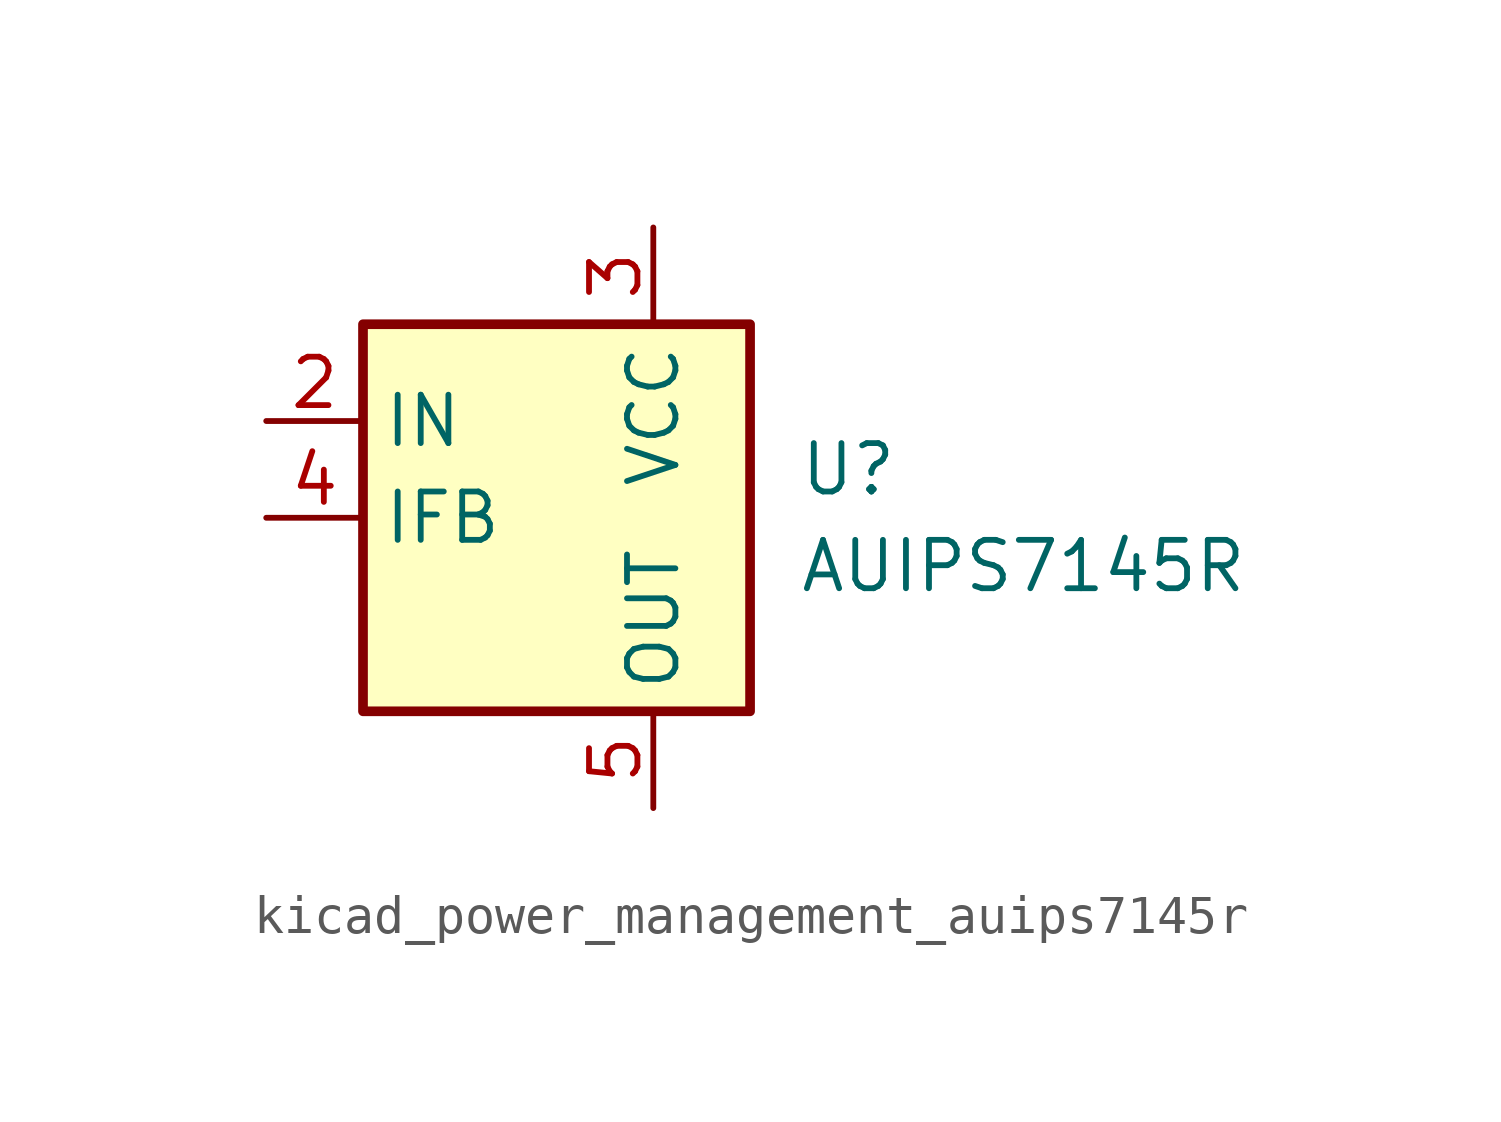
<source format=kicad_sym>
(kicad_symbol_lib
  (version 20220914)
  (generator kicad_symbol_editor)
  (symbol "kicad_power_management_auips7145r"
    (property "Reference" "U"
      (at 3.81 1.27 0)
      (effects (font (size 1.27 1.27)) (justify left)))
    (property "Value" "AUIPS7145R"
      (at 3.81 -1.27 0)
      (effects (font (size 1.27 1.27)) (justify left)))
    (symbol "kicad_power_management_auips7145r_0_1"
      (rectangle (start -7.62 5.08) (end 2.54 -5.08) (stroke (width 0.254) (type default)) (fill (type background))))
    (symbol "kicad_power_management_auips7145r_1_1"
      (pin no_connect line (at -7.62 -2.54 0) (length 2.54) hide (name "NC" (effects (font (size 1.27 1.27)))) (number "1" (effects (font (size 1.27 1.27)))))
      (pin input line (at -10.16 2.54 0) (length 2.54) (name "IN" (effects (font (size 1.27 1.27)))) (number "2" (effects (font (size 1.27 1.27)))))
      (pin power_in line (at 0 7.62 270) (length 2.54) (name "VCC" (effects (font (size 1.27 1.27)))) (number "3" (effects (font (size 1.27 1.27)))))
      (pin output line (at -10.16 0 0) (length 2.54) (name "IFB" (effects (font (size 1.27 1.27)))) (number "4" (effects (font (size 1.27 1.27)))))
      (pin power_out line (at 0 -7.62 90) (length 2.54) (name "OUT" (effects (font (size 1.27 1.27)))) (number "5" (effects (font (size 1.27 1.27))))))))
</source>
